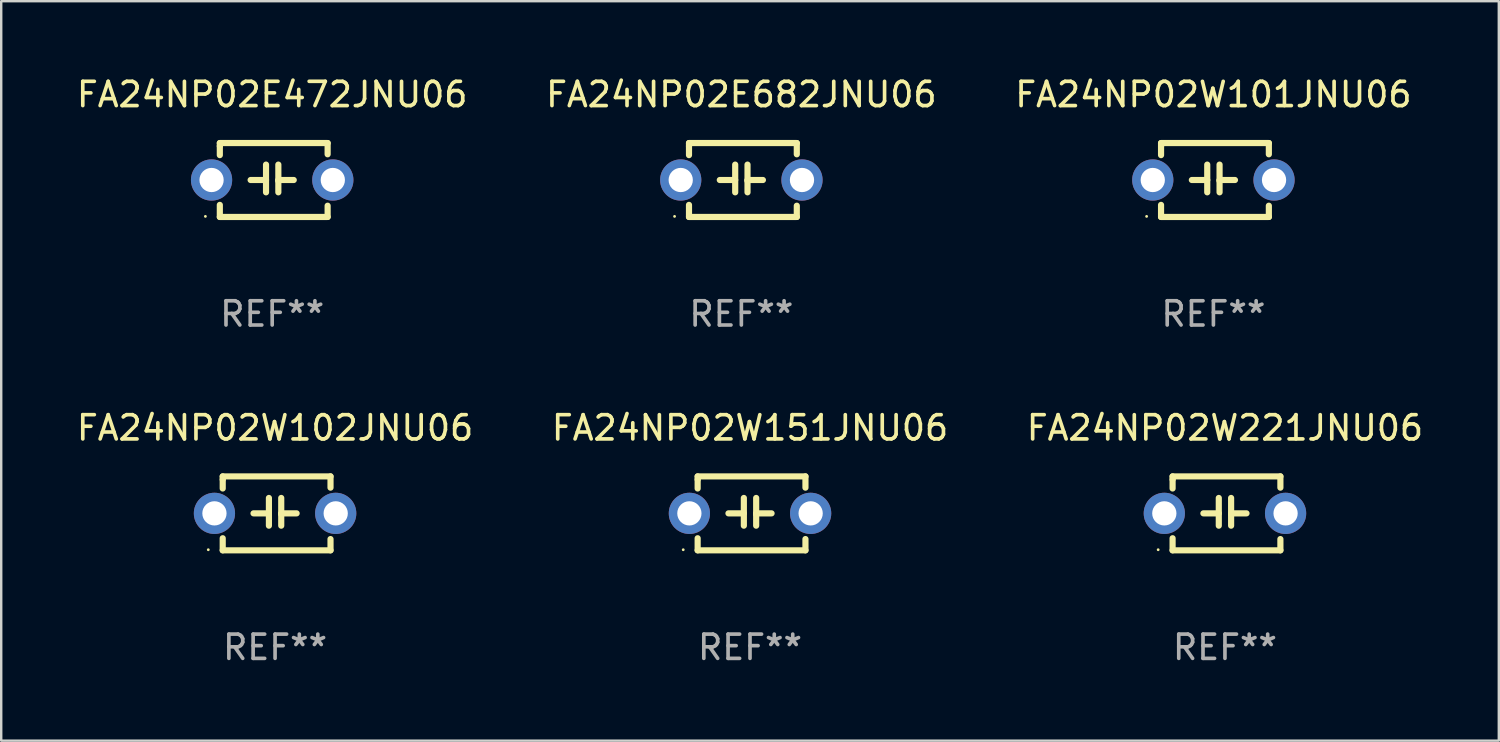
<source format=kicad_pcb>
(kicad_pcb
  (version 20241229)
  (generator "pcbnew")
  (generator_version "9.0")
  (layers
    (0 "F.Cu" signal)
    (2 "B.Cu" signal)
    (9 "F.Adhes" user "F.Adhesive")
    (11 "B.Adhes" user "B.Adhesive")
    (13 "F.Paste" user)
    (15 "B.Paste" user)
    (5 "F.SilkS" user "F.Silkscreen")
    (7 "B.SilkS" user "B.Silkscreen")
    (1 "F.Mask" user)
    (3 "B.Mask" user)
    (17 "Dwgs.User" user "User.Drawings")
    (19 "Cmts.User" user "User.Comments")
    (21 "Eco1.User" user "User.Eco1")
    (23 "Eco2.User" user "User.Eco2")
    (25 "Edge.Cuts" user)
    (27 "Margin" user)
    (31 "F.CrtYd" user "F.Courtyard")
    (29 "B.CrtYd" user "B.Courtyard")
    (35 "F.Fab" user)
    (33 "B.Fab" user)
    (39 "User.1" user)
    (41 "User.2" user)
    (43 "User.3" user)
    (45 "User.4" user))
  (footprint "FA24NP02W102JNU06"
    (layer "F.Cu")
    (at 8.292 18.117)
    (property "Reference" "FA24NP02W102JNU06" (at 0 -3.524 0) (layer "F.SilkS") (effects (font (size 1 1) (thickness 0.15))))
    (attr through_hole)
    (fp_line (start -2.159 -1.524) (end 2.286 -1.524) (stroke (width 0.254) (type solid)) (layer "F.SilkS"))
    (fp_line (start -2.159 -1.397) (end -2.159 -1.524) (stroke (width 0.254) (type solid)) (layer "F.SilkS"))
    (fp_line (start -2.159 -1.026) (end -2.159 -1.397) (stroke (width 0.254) (type solid)) (layer "F.SilkS"))
    (fp_line (start -2.159 1.524) (end -2.159 1.026) (stroke (width 0.254) (type solid)) (layer "F.SilkS"))
    (fp_line (start -0.889 0) (end -0.254 0) (stroke (width 0.254) (type solid)) (layer "F.SilkS"))
    (fp_line (start -0.254 0.508) (end -0.254 -0.635) (stroke (width 0.254) (type solid)) (layer "F.SilkS"))
    (fp_line (start 0.254 -0.635) (end 0.254 0.508) (stroke (width 0.254) (type solid)) (layer "F.SilkS"))
    (fp_line (start 0.254 0.04) (end 0.254 0.02) (stroke (width 0.254) (type solid)) (layer "F.SilkS"))
    (fp_line (start 0.889 0) (end 0.254 0) (stroke (width 0.254) (type solid)) (layer "F.SilkS"))
    (fp_line (start 2.286 -1.524) (end 2.286 -1.06) (stroke (width 0.254) (type solid)) (layer "F.SilkS"))
    (fp_line (start 2.286 1.06) (end 2.286 1.524) (stroke (width 0.254) (type solid)) (layer "F.SilkS"))
    (fp_line (start 2.286 1.524) (end -2.159 1.524) (stroke (width 0.254) (type solid)) (layer "F.SilkS"))
    (fp_circle (center -2.754 1.5) (end -2.724 1.5) (stroke (width 0.06) (type solid)) (fill no) (layer "F.SilkS"))
    (fp_text user "REF**" (at 0 5.524 0) (layer "F.Fab") (effects (font (size 1 1) (thickness 0.15))))
    (pad "1" thru_hole circle (at -2.5 0) (size 1.7 1.7) (drill 1) (layers "*.Cu" "*.Mask"))
    (pad "2" thru_hole circle (at 2.5 0) (size 1.7 1.7) (drill 1) (layers "*.Cu" "*.Mask")))
  (footprint "FA24NP02E472JNU06"
    (layer "F.Cu")
    (at 8.173 4.372)
    (property "Reference" "FA24NP02E472JNU06" (at 0 -3.524 0) (layer "F.SilkS") (effects (font (size 1 1) (thickness 0.15))))
    (attr through_hole)
    (fp_line (start -2.159 -1.524) (end 2.286 -1.524) (stroke (width 0.254) (type solid)) (layer "F.SilkS"))
    (fp_line (start -2.159 -1.397) (end -2.159 -1.524) (stroke (width 0.254) (type solid)) (layer "F.SilkS"))
    (fp_line (start -2.159 -1.026) (end -2.159 -1.397) (stroke (width 0.254) (type solid)) (layer "F.SilkS"))
    (fp_line (start -2.159 1.524) (end -2.159 1.026) (stroke (width 0.254) (type solid)) (layer "F.SilkS"))
    (fp_line (start -0.889 0) (end -0.254 0) (stroke (width 0.254) (type solid)) (layer "F.SilkS"))
    (fp_line (start -0.254 0.508) (end -0.254 -0.635) (stroke (width 0.254) (type solid)) (layer "F.SilkS"))
    (fp_line (start 0.254 -0.635) (end 0.254 0.508) (stroke (width 0.254) (type solid)) (layer "F.SilkS"))
    (fp_line (start 0.254 0.04) (end 0.254 0.02) (stroke (width 0.254) (type solid)) (layer "F.SilkS"))
    (fp_line (start 0.889 0) (end 0.254 0) (stroke (width 0.254) (type solid)) (layer "F.SilkS"))
    (fp_line (start 2.286 -1.524) (end 2.286 -1.06) (stroke (width 0.254) (type solid)) (layer "F.SilkS"))
    (fp_line (start 2.286 1.06) (end 2.286 1.524) (stroke (width 0.254) (type solid)) (layer "F.SilkS"))
    (fp_line (start 2.286 1.524) (end -2.159 1.524) (stroke (width 0.254) (type solid)) (layer "F.SilkS"))
    (fp_circle (center -2.754 1.5) (end -2.724 1.5) (stroke (width 0.06) (type solid)) (fill no) (layer "F.SilkS"))
    (fp_text user "REF**" (at 0 5.524 0) (layer "F.Fab") (effects (font (size 1 1) (thickness 0.15))))
    (pad "1" thru_hole circle (at -2.5 0) (size 1.7 1.7) (drill 1) (layers "*.Cu" "*.Mask"))
    (pad "2" thru_hole circle (at 2.5 0) (size 1.7 1.7) (drill 1) (layers "*.Cu" "*.Mask")))
  (footprint "FA24NP02W221JNU06"
    (layer "F.Cu")
    (at 47.458 18.117)
    (property "Reference" "FA24NP02W221JNU06" (at 0 -3.524 0) (layer "F.SilkS") (effects (font (size 1 1) (thickness 0.15))))
    (attr through_hole)
    (fp_line (start -2.159 -1.524) (end 2.286 -1.524) (stroke (width 0.254) (type solid)) (layer "F.SilkS"))
    (fp_line (start -2.159 -1.397) (end -2.159 -1.524) (stroke (width 0.254) (type solid)) (layer "F.SilkS"))
    (fp_line (start -2.159 -1.026) (end -2.159 -1.397) (stroke (width 0.254) (type solid)) (layer "F.SilkS"))
    (fp_line (start -2.159 1.524) (end -2.159 1.026) (stroke (width 0.254) (type solid)) (layer "F.SilkS"))
    (fp_line (start -0.889 0) (end -0.254 0) (stroke (width 0.254) (type solid)) (layer "F.SilkS"))
    (fp_line (start -0.254 0.508) (end -0.254 -0.635) (stroke (width 0.254) (type solid)) (layer "F.SilkS"))
    (fp_line (start 0.254 -0.635) (end 0.254 0.508) (stroke (width 0.254) (type solid)) (layer "F.SilkS"))
    (fp_line (start 0.254 0.04) (end 0.254 0.02) (stroke (width 0.254) (type solid)) (layer "F.SilkS"))
    (fp_line (start 0.889 0) (end 0.254 0) (stroke (width 0.254) (type solid)) (layer "F.SilkS"))
    (fp_line (start 2.286 -1.524) (end 2.286 -1.06) (stroke (width 0.254) (type solid)) (layer "F.SilkS"))
    (fp_line (start 2.286 1.06) (end 2.286 1.524) (stroke (width 0.254) (type solid)) (layer "F.SilkS"))
    (fp_line (start 2.286 1.524) (end -2.159 1.524) (stroke (width 0.254) (type solid)) (layer "F.SilkS"))
    (fp_circle (center -2.754 1.5) (end -2.724 1.5) (stroke (width 0.06) (type solid)) (fill no) (layer "F.SilkS"))
    (fp_text user "REF**" (at 0 5.524 0) (layer "F.Fab") (effects (font (size 1 1) (thickness 0.15))))
    (pad "1" thru_hole circle (at -2.5 0) (size 1.7 1.7) (drill 1) (layers "*.Cu" "*.Mask"))
    (pad "2" thru_hole circle (at 2.5 0) (size 1.7 1.7) (drill 1) (layers "*.Cu" "*.Mask")))
  (footprint "FA24NP02W101JNU06"
    (layer "F.Cu")
    (at 46.982 4.372)
    (property "Reference" "FA24NP02W101JNU06" (at 0 -3.524 0) (layer "F.SilkS") (effects (font (size 1 1) (thickness 0.15))))
    (attr through_hole)
    (fp_line (start -2.159 -1.524) (end 2.286 -1.524) (stroke (width 0.254) (type solid)) (layer "F.SilkS"))
    (fp_line (start -2.159 -1.397) (end -2.159 -1.524) (stroke (width 0.254) (type solid)) (layer "F.SilkS"))
    (fp_line (start -2.159 -1.026) (end -2.159 -1.397) (stroke (width 0.254) (type solid)) (layer "F.SilkS"))
    (fp_line (start -2.159 1.524) (end -2.159 1.026) (stroke (width 0.254) (type solid)) (layer "F.SilkS"))
    (fp_line (start -0.889 0) (end -0.254 0) (stroke (width 0.254) (type solid)) (layer "F.SilkS"))
    (fp_line (start -0.254 0.508) (end -0.254 -0.635) (stroke (width 0.254) (type solid)) (layer "F.SilkS"))
    (fp_line (start 0.254 -0.635) (end 0.254 0.508) (stroke (width 0.254) (type solid)) (layer "F.SilkS"))
    (fp_line (start 0.254 0.04) (end 0.254 0.02) (stroke (width 0.254) (type solid)) (layer "F.SilkS"))
    (fp_line (start 0.889 0) (end 0.254 0) (stroke (width 0.254) (type solid)) (layer "F.SilkS"))
    (fp_line (start 2.286 -1.524) (end 2.286 -1.06) (stroke (width 0.254) (type solid)) (layer "F.SilkS"))
    (fp_line (start 2.286 1.06) (end 2.286 1.524) (stroke (width 0.254) (type solid)) (layer "F.SilkS"))
    (fp_line (start 2.286 1.524) (end -2.159 1.524) (stroke (width 0.254) (type solid)) (layer "F.SilkS"))
    (fp_circle (center -2.754 1.5) (end -2.724 1.5) (stroke (width 0.06) (type solid)) (fill no) (layer "F.SilkS"))
    (fp_text user "REF**" (at 0 5.524 0) (layer "F.Fab") (effects (font (size 1 1) (thickness 0.15))))
    (pad "1" thru_hole circle (at -2.5 0) (size 1.7 1.7) (drill 1) (layers "*.Cu" "*.Mask"))
    (pad "2" thru_hole circle (at 2.5 0) (size 1.7 1.7) (drill 1) (layers "*.Cu" "*.Mask")))
  (footprint "FA24NP02W151JNU06"
    (layer "F.Cu")
    (at 27.875 18.117)
    (property "Reference" "FA24NP02W151JNU06" (at 0 -3.524 0) (layer "F.SilkS") (effects (font (size 1 1) (thickness 0.15))))
    (attr through_hole)
    (fp_line (start -2.159 -1.524) (end 2.286 -1.524) (stroke (width 0.254) (type solid)) (layer "F.SilkS"))
    (fp_line (start -2.159 -1.397) (end -2.159 -1.524) (stroke (width 0.254) (type solid)) (layer "F.SilkS"))
    (fp_line (start -2.159 -1.026) (end -2.159 -1.397) (stroke (width 0.254) (type solid)) (layer "F.SilkS"))
    (fp_line (start -2.159 1.524) (end -2.159 1.026) (stroke (width 0.254) (type solid)) (layer "F.SilkS"))
    (fp_line (start -0.889 0) (end -0.254 0) (stroke (width 0.254) (type solid)) (layer "F.SilkS"))
    (fp_line (start -0.254 0.508) (end -0.254 -0.635) (stroke (width 0.254) (type solid)) (layer "F.SilkS"))
    (fp_line (start 0.254 -0.635) (end 0.254 0.508) (stroke (width 0.254) (type solid)) (layer "F.SilkS"))
    (fp_line (start 0.254 0.04) (end 0.254 0.02) (stroke (width 0.254) (type solid)) (layer "F.SilkS"))
    (fp_line (start 0.889 0) (end 0.254 0) (stroke (width 0.254) (type solid)) (layer "F.SilkS"))
    (fp_line (start 2.286 -1.524) (end 2.286 -1.06) (stroke (width 0.254) (type solid)) (layer "F.SilkS"))
    (fp_line (start 2.286 1.06) (end 2.286 1.524) (stroke (width 0.254) (type solid)) (layer "F.SilkS"))
    (fp_line (start 2.286 1.524) (end -2.159 1.524) (stroke (width 0.254) (type solid)) (layer "F.SilkS"))
    (fp_circle (center -2.754 1.5) (end -2.724 1.5) (stroke (width 0.06) (type solid)) (fill no) (layer "F.SilkS"))
    (fp_text user "REF**" (at 0 5.524 0) (layer "F.Fab") (effects (font (size 1 1) (thickness 0.15))))
    (pad "1" thru_hole circle (at -2.5 0) (size 1.7 1.7) (drill 1) (layers "*.Cu" "*.Mask"))
    (pad "2" thru_hole circle (at 2.5 0) (size 1.7 1.7) (drill 1) (layers "*.Cu" "*.Mask")))
  (footprint "FA24NP02E682JNU06"
    (layer "F.Cu")
    (at 27.518 4.372)
    (property "Reference" "FA24NP02E682JNU06" (at 0 -3.524 0) (layer "F.SilkS") (effects (font (size 1 1) (thickness 0.15))))
    (attr through_hole)
    (fp_line (start -2.159 -1.524) (end 2.286 -1.524) (stroke (width 0.254) (type solid)) (layer "F.SilkS"))
    (fp_line (start -2.159 -1.397) (end -2.159 -1.524) (stroke (width 0.254) (type solid)) (layer "F.SilkS"))
    (fp_line (start -2.159 -1.026) (end -2.159 -1.397) (stroke (width 0.254) (type solid)) (layer "F.SilkS"))
    (fp_line (start -2.159 1.524) (end -2.159 1.026) (stroke (width 0.254) (type solid)) (layer "F.SilkS"))
    (fp_line (start -0.889 0) (end -0.254 0) (stroke (width 0.254) (type solid)) (layer "F.SilkS"))
    (fp_line (start -0.254 0.508) (end -0.254 -0.635) (stroke (width 0.254) (type solid)) (layer "F.SilkS"))
    (fp_line (start 0.254 -0.635) (end 0.254 0.508) (stroke (width 0.254) (type solid)) (layer "F.SilkS"))
    (fp_line (start 0.254 0.04) (end 0.254 0.02) (stroke (width 0.254) (type solid)) (layer "F.SilkS"))
    (fp_line (start 0.889 0) (end 0.254 0) (stroke (width 0.254) (type solid)) (layer "F.SilkS"))
    (fp_line (start 2.286 -1.524) (end 2.286 -1.06) (stroke (width 0.254) (type solid)) (layer "F.SilkS"))
    (fp_line (start 2.286 1.06) (end 2.286 1.524) (stroke (width 0.254) (type solid)) (layer "F.SilkS"))
    (fp_line (start 2.286 1.524) (end -2.159 1.524) (stroke (width 0.254) (type solid)) (layer "F.SilkS"))
    (fp_circle (center -2.754 1.5) (end -2.724 1.5) (stroke (width 0.06) (type solid)) (fill no) (layer "F.SilkS"))
    (fp_text user "REF**" (at 0 5.524 0) (layer "F.Fab") (effects (font (size 1 1) (thickness 0.15))))
    (pad "1" thru_hole circle (at -2.5 0) (size 1.7 1.7) (drill 1) (layers "*.Cu" "*.Mask"))
    (pad "2" thru_hole circle (at 2.5 0) (size 1.7 1.7) (drill 1) (layers "*.Cu" "*.Mask")))
  (gr_rect
    (start -3 -3)
    (end 58.75 27.489)
    (stroke (width 0.1) (type default))
    (fill no)
    (layer "Edge.Cuts")))
</source>
